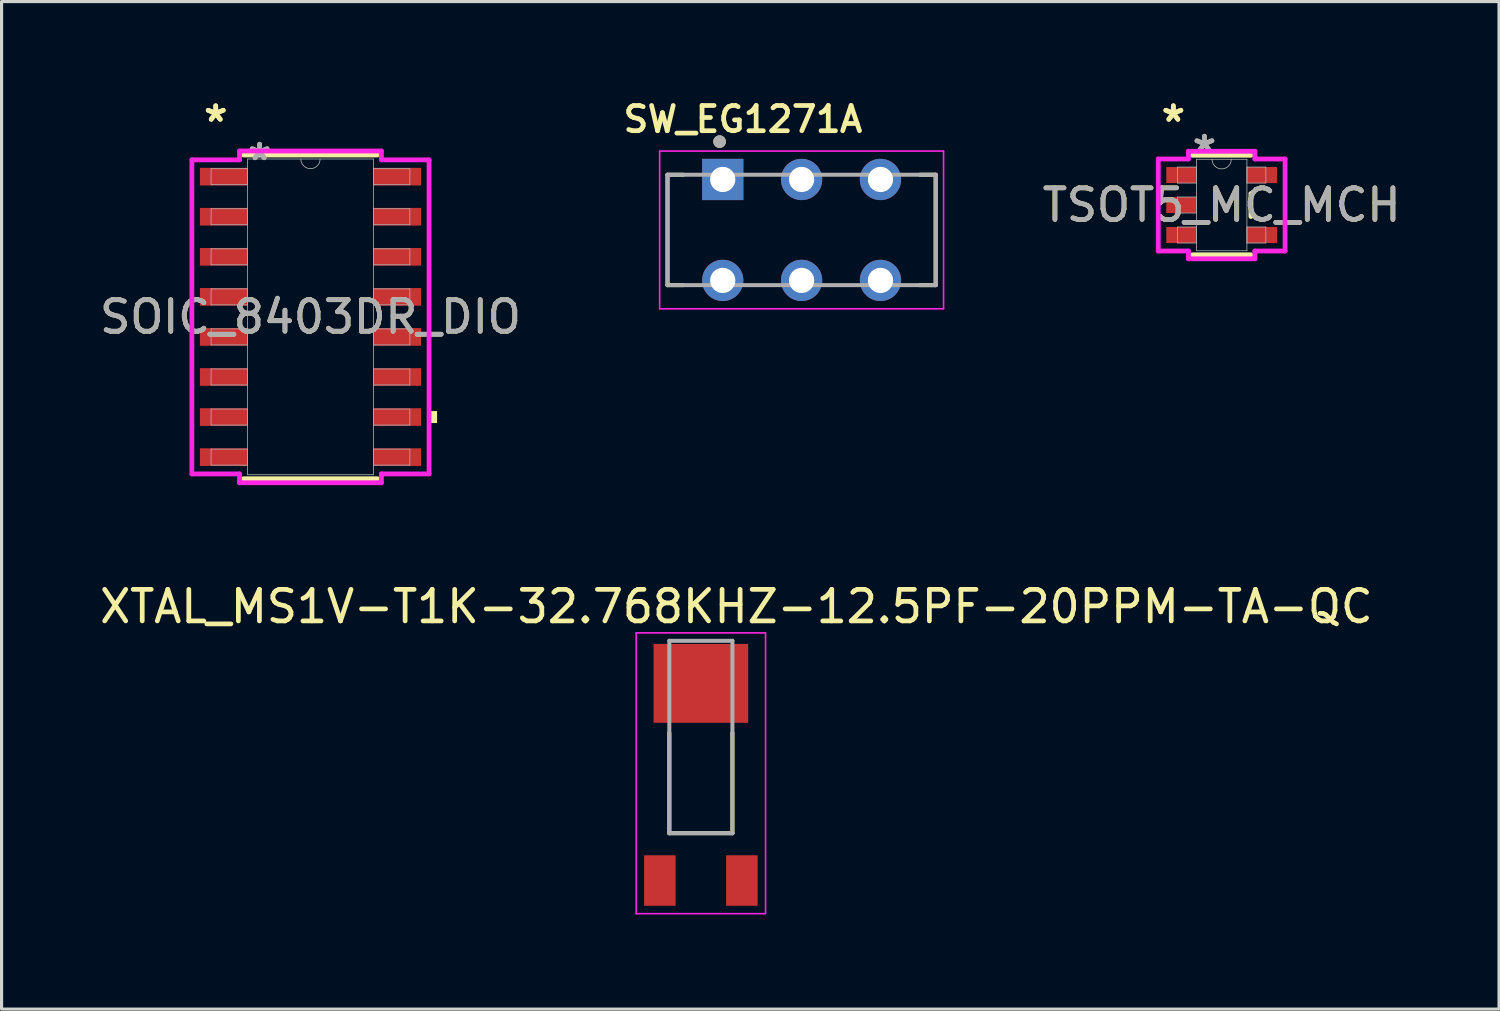
<source format=kicad_pcb>
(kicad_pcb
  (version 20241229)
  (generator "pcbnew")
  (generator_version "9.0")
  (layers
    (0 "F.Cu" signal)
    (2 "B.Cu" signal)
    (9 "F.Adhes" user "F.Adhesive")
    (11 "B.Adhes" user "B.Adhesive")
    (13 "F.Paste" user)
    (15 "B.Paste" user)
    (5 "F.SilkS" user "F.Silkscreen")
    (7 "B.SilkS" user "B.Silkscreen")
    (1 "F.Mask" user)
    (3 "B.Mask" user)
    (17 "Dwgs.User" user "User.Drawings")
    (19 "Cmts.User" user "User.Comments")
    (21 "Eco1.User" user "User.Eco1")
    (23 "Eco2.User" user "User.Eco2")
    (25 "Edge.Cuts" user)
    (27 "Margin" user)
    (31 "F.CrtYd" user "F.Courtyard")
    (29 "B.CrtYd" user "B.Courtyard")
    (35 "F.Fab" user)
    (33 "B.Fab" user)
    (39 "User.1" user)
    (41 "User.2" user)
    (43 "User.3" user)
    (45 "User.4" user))
  (footprint "SW_EG1271A"
    (layer "F.Cu")
    (at 22.36 4.239)
    (property "Reference" "SW_EG1271A" (at -1.86 -3.508 0) (layer "F.SilkS") (effects (font (size 0.8 0.8) (thickness 0.15))))
    (attr through_hole)
    (fp_line (start -4.25 -1.75) (end -4.25 1.75) (stroke (width 0.127) (type solid)) (layer "F.SilkS"))
    (fp_line (start -4.25 1.75) (end -3.75 1.75) (stroke (width 0.127) (type solid)) (layer "F.SilkS"))
    (fp_line (start -3.75 -1.75) (end -4.25 -1.75) (stroke (width 0.127) (type solid)) (layer "F.SilkS"))
    (fp_line (start 3.75 1.75) (end 4.25 1.75) (stroke (width 0.127) (type solid)) (layer "F.SilkS"))
    (fp_line (start 4.25 -1.75) (end 3.75 -1.75) (stroke (width 0.127) (type solid)) (layer "F.SilkS"))
    (fp_line (start 4.25 1.75) (end 4.25 -1.75) (stroke (width 0.127) (type solid)) (layer "F.SilkS"))
    (fp_circle (center -2.6 -2.8) (end -2.5 -2.8) (stroke (width 0.2) (type solid)) (fill no) (layer "F.SilkS"))
    (fp_line (start -4.5 -2.5) (end -4.5 2.5) (stroke (width 0.05) (type solid)) (layer "F.CrtYd"))
    (fp_line (start -4.5 2.5) (end 4.5 2.5) (stroke (width 0.05) (type solid)) (layer "F.CrtYd"))
    (fp_line (start 4.5 -2.5) (end -4.5 -2.5) (stroke (width 0.05) (type solid)) (layer "F.CrtYd"))
    (fp_line (start 4.5 2.5) (end 4.5 -2.5) (stroke (width 0.05) (type solid)) (layer "F.CrtYd"))
    (fp_line (start -4.25 -1.75) (end -4.25 1.75) (stroke (width 0.127) (type solid)) (layer "F.Fab"))
    (fp_line (start -4.25 1.75) (end 4.25 1.75) (stroke (width 0.127) (type solid)) (layer "F.Fab"))
    (fp_line (start 4.25 -1.75) (end -4.25 -1.75) (stroke (width 0.127) (type solid)) (layer "F.Fab"))
    (fp_line (start 4.25 1.75) (end 4.25 -1.75) (stroke (width 0.127) (type solid)) (layer "F.Fab"))
    (fp_circle (center -2.6 -2.8) (end -2.5 -2.8) (stroke (width 0.2) (type solid)) (fill no) (layer "F.Fab"))
    (pad "1" thru_hole rect (at -2.5 -1.6) (size 1.308 1.308) (drill 0.8) (layers "*.Cu" "*.Mask"))
    (pad "2" thru_hole circle (at 0 -1.6) (size 1.308 1.308) (drill 0.8) (layers "*.Cu" "*.Mask"))
    (pad "3" thru_hole circle (at 2.5 -1.6) (size 1.308 1.308) (drill 0.8) (layers "*.Cu" "*.Mask"))
    (pad "4" thru_hole circle (at -2.5 1.6) (size 1.308 1.308) (drill 0.8) (layers "*.Cu" "*.Mask"))
    (pad "5" thru_hole circle (at 0 1.6) (size 1.308 1.308) (drill 0.8) (layers "*.Cu" "*.Mask"))
    (pad "6" thru_hole circle (at 2.5 1.6) (size 1.308 1.308) (drill 0.8) (layers "*.Cu" "*.Mask")))
  (footprint "XTAL_MS1V-T1K-32.768KHZ-12.5PF-20PPM-TA-QC"
    (layer "F.Cu")
    (at 19.167 21.312)
    (property "Reference" "XTAL_MS1V-T1K-32.768KHZ-12.5PF-20PPM-TA-QC" (at 1.125 -5.135 0) (layer "F.SilkS") (effects (font (size 1 1) (thickness 0.15))))
    (attr smd)
    (fp_line (start -1 -1.13) (end -1 2.05) (stroke (width 0.127) (type solid)) (layer "F.SilkS"))
    (fp_line (start -1 2.05) (end 1 2.05) (stroke (width 0.127) (type solid)) (layer "F.SilkS"))
    (fp_line (start 1 2.05) (end 1 -1.13) (stroke (width 0.127) (type solid)) (layer "F.SilkS"))
    (fp_line (start -2.05 -4.3) (end -2.05 4.6) (stroke (width 0.05) (type solid)) (layer "F.CrtYd"))
    (fp_line (start -2.05 4.6) (end 2.05 4.6) (stroke (width 0.05) (type solid)) (layer "F.CrtYd"))
    (fp_line (start 2.05 -4.3) (end -2.05 -4.3) (stroke (width 0.05) (type solid)) (layer "F.CrtYd"))
    (fp_line (start 2.05 4.6) (end 2.05 -4.3) (stroke (width 0.05) (type solid)) (layer "F.CrtYd"))
    (fp_line (start -1 -4.05) (end -1 2.05) (stroke (width 0.127) (type solid)) (layer "F.Fab"))
    (fp_line (start -1 2.05) (end 1 2.05) (stroke (width 0.127) (type solid)) (layer "F.Fab"))
    (fp_line (start 1 -4.05) (end -1 -4.05) (stroke (width 0.127) (type solid)) (layer "F.Fab"))
    (fp_line (start 1 2.05) (end 1 -4.05) (stroke (width 0.127) (type solid)) (layer "F.Fab"))
    (pad "1" smd rect (at -1.3 3.55) (size 1 1.6) (layers "F.Cu" "F.Mask" "F.Paste"))
    (pad "2" smd rect (at 1.3 3.55) (size 1 1.6) (layers "F.Cu" "F.Mask" "F.Paste"))
    (pad "S1" smd rect (at 0 -2.7) (size 3 2.5) (layers "F.Cu" "F.Mask" "F.Paste")))
  (footprint "SOIC_8403DR_DIO"
    (layer "F.Cu")
    (at 6.792 6.995)
    (property "Reference" "SOIC_8403DR_DIO" (at 0 0 0) (unlocked yes) (layer "F.SilkS") (effects (font (size 1 1) (thickness 0.15))))
    (attr smd)
    (fp_line (start -2.121 5.131) (end 2.121 5.131) (stroke (width 0.152) (type solid)) (layer "F.SilkS"))
    (fp_line (start 2.121 -5.131) (end -2.121 -5.131) (stroke (width 0.152) (type solid)) (layer "F.SilkS"))
    (fp_poly (pts (xy 4.013 2.985) (xy 4.013 3.365) (xy 3.759 3.365) (xy 3.759 2.985)) (stroke (width 0) (type solid)) (fill yes) (layer "F.SilkS"))
    (fp_line (start -3.759 -4.978) (end -2.248 -4.978) (stroke (width 0.152) (type solid)) (layer "F.CrtYd"))
    (fp_line (start -3.759 4.978) (end -3.759 -4.978) (stroke (width 0.152) (type solid)) (layer "F.CrtYd"))
    (fp_line (start -3.759 4.978) (end -2.248 4.978) (stroke (width 0.152) (type solid)) (layer "F.CrtYd"))
    (fp_line (start -2.248 -5.258) (end 2.248 -5.258) (stroke (width 0.152) (type solid)) (layer "F.CrtYd"))
    (fp_line (start -2.248 -4.978) (end -2.248 -5.258) (stroke (width 0.152) (type solid)) (layer "F.CrtYd"))
    (fp_line (start -2.248 5.258) (end -2.248 4.978) (stroke (width 0.152) (type solid)) (layer "F.CrtYd"))
    (fp_line (start 2.248 -5.258) (end 2.248 -4.978) (stroke (width 0.152) (type solid)) (layer "F.CrtYd"))
    (fp_line (start 2.248 4.978) (end 2.248 5.258) (stroke (width 0.152) (type solid)) (layer "F.CrtYd"))
    (fp_line (start 2.248 5.258) (end -2.248 5.258) (stroke (width 0.152) (type solid)) (layer "F.CrtYd"))
    (fp_line (start 3.759 -4.978) (end 2.248 -4.978) (stroke (width 0.152) (type solid)) (layer "F.CrtYd"))
    (fp_line (start 3.759 -4.978) (end 3.759 4.978) (stroke (width 0.152) (type solid)) (layer "F.CrtYd"))
    (fp_line (start 3.759 4.978) (end 2.248 4.978) (stroke (width 0.152) (type solid)) (layer "F.CrtYd"))
    (fp_line (start -3.15 -4.699) (end -3.15 -4.191) (stroke (width 0.025) (type solid)) (layer "F.Fab"))
    (fp_line (start -3.15 -4.191) (end -1.994 -4.191) (stroke (width 0.025) (type solid)) (layer "F.Fab"))
    (fp_line (start -3.15 -3.429) (end -3.15 -2.921) (stroke (width 0.025) (type solid)) (layer "F.Fab"))
    (fp_line (start -3.15 -2.921) (end -1.994 -2.921) (stroke (width 0.025) (type solid)) (layer "F.Fab"))
    (fp_line (start -3.15 -2.159) (end -3.15 -1.651) (stroke (width 0.025) (type solid)) (layer "F.Fab"))
    (fp_line (start -3.15 -1.651) (end -1.994 -1.651) (stroke (width 0.025) (type solid)) (layer "F.Fab"))
    (fp_line (start -3.15 -0.889) (end -3.15 -0.381) (stroke (width 0.025) (type solid)) (layer "F.Fab"))
    (fp_line (start -3.15 -0.381) (end -1.994 -0.381) (stroke (width 0.025) (type solid)) (layer "F.Fab"))
    (fp_line (start -3.15 0.381) (end -3.15 0.889) (stroke (width 0.025) (type solid)) (layer "F.Fab"))
    (fp_line (start -3.15 0.889) (end -1.994 0.889) (stroke (width 0.025) (type solid)) (layer "F.Fab"))
    (fp_line (start -3.15 1.651) (end -3.15 2.159) (stroke (width 0.025) (type solid)) (layer "F.Fab"))
    (fp_line (start -3.15 2.159) (end -1.994 2.159) (stroke (width 0.025) (type solid)) (layer "F.Fab"))
    (fp_line (start -3.15 2.921) (end -3.15 3.429) (stroke (width 0.025) (type solid)) (layer "F.Fab"))
    (fp_line (start -3.15 3.429) (end -1.994 3.429) (stroke (width 0.025) (type solid)) (layer "F.Fab"))
    (fp_line (start -3.15 4.191) (end -3.15 4.699) (stroke (width 0.025) (type solid)) (layer "F.Fab"))
    (fp_line (start -3.15 4.699) (end -1.994 4.699) (stroke (width 0.025) (type solid)) (layer "F.Fab"))
    (fp_line (start -1.994 -5.004) (end -1.994 5.004) (stroke (width 0.025) (type solid)) (layer "F.Fab"))
    (fp_line (start -1.994 -4.699) (end -3.15 -4.699) (stroke (width 0.025) (type solid)) (layer "F.Fab"))
    (fp_line (start -1.994 -4.191) (end -1.994 -4.699) (stroke (width 0.025) (type solid)) (layer "F.Fab"))
    (fp_line (start -1.994 -3.429) (end -3.15 -3.429) (stroke (width 0.025) (type solid)) (layer "F.Fab"))
    (fp_line (start -1.994 -2.921) (end -1.994 -3.429) (stroke (width 0.025) (type solid)) (layer "F.Fab"))
    (fp_line (start -1.994 -2.159) (end -3.15 -2.159) (stroke (width 0.025) (type solid)) (layer "F.Fab"))
    (fp_line (start -1.994 -1.651) (end -1.994 -2.159) (stroke (width 0.025) (type solid)) (layer "F.Fab"))
    (fp_line (start -1.994 -0.889) (end -3.15 -0.889) (stroke (width 0.025) (type solid)) (layer "F.Fab"))
    (fp_line (start -1.994 -0.381) (end -1.994 -0.889) (stroke (width 0.025) (type solid)) (layer "F.Fab"))
    (fp_line (start -1.994 0.381) (end -3.15 0.381) (stroke (width 0.025) (type solid)) (layer "F.Fab"))
    (fp_line (start -1.994 0.889) (end -1.994 0.381) (stroke (width 0.025) (type solid)) (layer "F.Fab"))
    (fp_line (start -1.994 1.651) (end -3.15 1.651) (stroke (width 0.025) (type solid)) (layer "F.Fab"))
    (fp_line (start -1.994 2.159) (end -1.994 1.651) (stroke (width 0.025) (type solid)) (layer "F.Fab"))
    (fp_line (start -1.994 2.921) (end -3.15 2.921) (stroke (width 0.025) (type solid)) (layer "F.Fab"))
    (fp_line (start -1.994 3.429) (end -1.994 2.921) (stroke (width 0.025) (type solid)) (layer "F.Fab"))
    (fp_line (start -1.994 4.191) (end -3.15 4.191) (stroke (width 0.025) (type solid)) (layer "F.Fab"))
    (fp_line (start -1.994 4.699) (end -1.994 4.191) (stroke (width 0.025) (type solid)) (layer "F.Fab"))
    (fp_line (start -1.994 5.004) (end 1.994 5.004) (stroke (width 0.025) (type solid)) (layer "F.Fab"))
    (fp_line (start 1.994 -5.004) (end -1.994 -5.004) (stroke (width 0.025) (type solid)) (layer "F.Fab"))
    (fp_line (start 1.994 -4.699) (end 1.994 -4.191) (stroke (width 0.025) (type solid)) (layer "F.Fab"))
    (fp_line (start 1.994 -4.191) (end 3.15 -4.191) (stroke (width 0.025) (type solid)) (layer "F.Fab"))
    (fp_line (start 1.994 -3.429) (end 1.994 -2.921) (stroke (width 0.025) (type solid)) (layer "F.Fab"))
    (fp_line (start 1.994 -2.921) (end 3.15 -2.921) (stroke (width 0.025) (type solid)) (layer "F.Fab"))
    (fp_line (start 1.994 -2.159) (end 1.994 -1.651) (stroke (width 0.025) (type solid)) (layer "F.Fab"))
    (fp_line (start 1.994 -1.651) (end 3.15 -1.651) (stroke (width 0.025) (type solid)) (layer "F.Fab"))
    (fp_line (start 1.994 -0.889) (end 1.994 -0.381) (stroke (width 0.025) (type solid)) (layer "F.Fab"))
    (fp_line (start 1.994 -0.381) (end 3.15 -0.381) (stroke (width 0.025) (type solid)) (layer "F.Fab"))
    (fp_line (start 1.994 0.381) (end 1.994 0.889) (stroke (width 0.025) (type solid)) (layer "F.Fab"))
    (fp_line (start 1.994 0.889) (end 3.15 0.889) (stroke (width 0.025) (type solid)) (layer "F.Fab"))
    (fp_line (start 1.994 1.651) (end 1.994 2.159) (stroke (width 0.025) (type solid)) (layer "F.Fab"))
    (fp_line (start 1.994 2.159) (end 3.15 2.159) (stroke (width 0.025) (type solid)) (layer "F.Fab"))
    (fp_line (start 1.994 2.921) (end 1.994 3.429) (stroke (width 0.025) (type solid)) (layer "F.Fab"))
    (fp_line (start 1.994 3.429) (end 3.15 3.429) (stroke (width 0.025) (type solid)) (layer "F.Fab"))
    (fp_line (start 1.994 4.191) (end 1.994 4.699) (stroke (width 0.025) (type solid)) (layer "F.Fab"))
    (fp_line (start 1.994 4.699) (end 3.15 4.699) (stroke (width 0.025) (type solid)) (layer "F.Fab"))
    (fp_line (start 1.994 5.004) (end 1.994 -5.004) (stroke (width 0.025) (type solid)) (layer "F.Fab"))
    (fp_line (start 3.15 -4.699) (end 1.994 -4.699) (stroke (width 0.025) (type solid)) (layer "F.Fab"))
    (fp_line (start 3.15 -4.191) (end 3.15 -4.699) (stroke (width 0.025) (type solid)) (layer "F.Fab"))
    (fp_line (start 3.15 -3.429) (end 1.994 -3.429) (stroke (width 0.025) (type solid)) (layer "F.Fab"))
    (fp_line (start 3.15 -2.921) (end 3.15 -3.429) (stroke (width 0.025) (type solid)) (layer "F.Fab"))
    (fp_line (start 3.15 -2.159) (end 1.994 -2.159) (stroke (width 0.025) (type solid)) (layer "F.Fab"))
    (fp_line (start 3.15 -1.651) (end 3.15 -2.159) (stroke (width 0.025) (type solid)) (layer "F.Fab"))
    (fp_line (start 3.15 -0.889) (end 1.994 -0.889) (stroke (width 0.025) (type solid)) (layer "F.Fab"))
    (fp_line (start 3.15 -0.381) (end 3.15 -0.889) (stroke (width 0.025) (type solid)) (layer "F.Fab"))
    (fp_line (start 3.15 0.381) (end 1.994 0.381) (stroke (width 0.025) (type solid)) (layer "F.Fab"))
    (fp_line (start 3.15 0.889) (end 3.15 0.381) (stroke (width 0.025) (type solid)) (layer "F.Fab"))
    (fp_line (start 3.15 1.651) (end 1.994 1.651) (stroke (width 0.025) (type solid)) (layer "F.Fab"))
    (fp_line (start 3.15 2.159) (end 3.15 1.651) (stroke (width 0.025) (type solid)) (layer "F.Fab"))
    (fp_line (start 3.15 2.921) (end 1.994 2.921) (stroke (width 0.025) (type solid)) (layer "F.Fab"))
    (fp_line (start 3.15 3.429) (end 3.15 2.921) (stroke (width 0.025) (type solid)) (layer "F.Fab"))
    (fp_line (start 3.15 4.191) (end 1.994 4.191) (stroke (width 0.025) (type solid)) (layer "F.Fab"))
    (fp_line (start 3.15 4.699) (end 3.15 4.191) (stroke (width 0.025) (type solid)) (layer "F.Fab"))
    (fp_arc (start 0.3048 -5.0038) (mid 0 -4.699) (end -0.3048 -5.0038) (stroke (width 0.0254) (type solid)) (layer "F.Fab"))
    (fp_text user "*" (at -3.004 -6.147 0) (unlocked yes) (layer "F.SilkS") (effects (font (size 1 1) (thickness 0.15))))
    (fp_text user "*" (at -3.004 -6.147 0) (layer "F.SilkS") (effects (font (size 1 1) (thickness 0.15))))
    (fp_text user "*" (at -1.613 -4.928 0) (unlocked yes) (layer "F.Fab") (effects (font (size 1 1) (thickness 0.15))))
    (fp_text user "*" (at -1.613 -4.928 0) (layer "F.Fab") (effects (font (size 1 1) (thickness 0.15))))
    (fp_text user "${REFERENCE}" (at 0 0 0) (unlocked yes) (layer "F.Fab") (effects (font (size 1 1) (thickness 0.15))))
    (pad "1" smd rect (at -2.75 -4.445) (size 1.511 0.559) (layers "F.Cu" "F.Mask" "F.Paste"))
    (pad "2" smd rect (at -2.75 -3.175) (size 1.511 0.559) (layers "F.Cu" "F.Mask" "F.Paste"))
    (pad "3" smd rect (at -2.75 -1.905) (size 1.511 0.559) (layers "F.Cu" "F.Mask" "F.Paste"))
    (pad "4" smd rect (at -2.75 -0.635) (size 1.511 0.559) (layers "F.Cu" "F.Mask" "F.Paste"))
    (pad "5" smd rect (at -2.75 0.635) (size 1.511 0.559) (layers "F.Cu" "F.Mask" "F.Paste"))
    (pad "6" smd rect (at -2.75 1.905) (size 1.511 0.559) (layers "F.Cu" "F.Mask" "F.Paste"))
    (pad "7" smd rect (at -2.75 3.175) (size 1.511 0.559) (layers "F.Cu" "F.Mask" "F.Paste"))
    (pad "8" smd rect (at -2.75 4.445) (size 1.511 0.559) (layers "F.Cu" "F.Mask" "F.Paste"))
    (pad "9" smd rect (at 2.75 4.445) (size 1.511 0.559) (layers "F.Cu" "F.Mask" "F.Paste"))
    (pad "10" smd rect (at 2.75 3.175) (size 1.511 0.559) (layers "F.Cu" "F.Mask" "F.Paste"))
    (pad "11" smd rect (at 2.75 1.905) (size 1.511 0.559) (layers "F.Cu" "F.Mask" "F.Paste"))
    (pad "12" smd rect (at 2.75 0.635) (size 1.511 0.559) (layers "F.Cu" "F.Mask" "F.Paste"))
    (pad "13" smd rect (at 2.75 -0.635) (size 1.511 0.559) (layers "F.Cu" "F.Mask" "F.Paste"))
    (pad "14" smd rect (at 2.75 -1.905) (size 1.511 0.559) (layers "F.Cu" "F.Mask" "F.Paste"))
    (pad "15" smd rect (at 2.75 -3.175) (size 1.511 0.559) (layers "F.Cu" "F.Mask" "F.Paste"))
    (pad "16" smd rect (at 2.75 -4.445) (size 1.511 0.559) (layers "F.Cu" "F.Mask" "F.Paste")))
  (footprint "TSOT5_MC_MCH"
    (layer "F.Cu")
    (at 35.676 3.449)
    (property "Reference" "TSOT5_MC_MCH" (at 0 0 0) (unlocked yes) (layer "F.SilkS") (effects (font (size 1 1) (thickness 0.15))))
    (attr smd)
    (fp_line (start -0.927 1.577) (end 0.927 1.577) (stroke (width 0.152) (type solid)) (layer "F.SilkS"))
    (fp_line (start 0.927 -1.577) (end -0.927 -1.577) (stroke (width 0.152) (type solid)) (layer "F.SilkS"))
    (fp_line (start 0.927 0.363) (end 0.927 -0.363) (stroke (width 0.152) (type solid)) (layer "F.SilkS"))
    (fp_line (start -2.01 -1.458) (end -1.054 -1.458) (stroke (width 0.152) (type solid)) (layer "F.CrtYd"))
    (fp_line (start -2.01 1.458) (end -2.01 -1.458) (stroke (width 0.152) (type solid)) (layer "F.CrtYd"))
    (fp_line (start -1.054 -1.704) (end 1.054 -1.704) (stroke (width 0.152) (type solid)) (layer "F.CrtYd"))
    (fp_line (start -1.054 -1.458) (end -1.054 -1.704) (stroke (width 0.152) (type solid)) (layer "F.CrtYd"))
    (fp_line (start -1.054 1.458) (end -2.01 1.458) (stroke (width 0.152) (type solid)) (layer "F.CrtYd"))
    (fp_line (start -1.054 1.704) (end -1.054 1.458) (stroke (width 0.152) (type solid)) (layer "F.CrtYd"))
    (fp_line (start 1.054 -1.704) (end 1.054 -1.458) (stroke (width 0.152) (type solid)) (layer "F.CrtYd"))
    (fp_line (start 1.054 -1.458) (end 2.01 -1.458) (stroke (width 0.152) (type solid)) (layer "F.CrtYd"))
    (fp_line (start 1.054 1.458) (end 1.054 1.704) (stroke (width 0.152) (type solid)) (layer "F.CrtYd"))
    (fp_line (start 1.054 1.704) (end -1.054 1.704) (stroke (width 0.152) (type solid)) (layer "F.CrtYd"))
    (fp_line (start 2.01 -1.458) (end 2.01 1.458) (stroke (width 0.152) (type solid)) (layer "F.CrtYd"))
    (fp_line (start 2.01 1.458) (end 1.054 1.458) (stroke (width 0.152) (type solid)) (layer "F.CrtYd"))
    (fp_line (start -1.4 -1.204) (end -1.4 -0.696) (stroke (width 0.025) (type solid)) (layer "F.Fab"))
    (fp_line (start -1.4 -0.696) (end -0.8 -0.696) (stroke (width 0.025) (type solid)) (layer "F.Fab"))
    (fp_line (start -1.4 -0.254) (end -1.4 0.254) (stroke (width 0.025) (type solid)) (layer "F.Fab"))
    (fp_line (start -1.4 0.254) (end -0.8 0.254) (stroke (width 0.025) (type solid)) (layer "F.Fab"))
    (fp_line (start -1.4 0.696) (end -1.4 1.204) (stroke (width 0.025) (type solid)) (layer "F.Fab"))
    (fp_line (start -1.4 1.204) (end -0.8 1.204) (stroke (width 0.025) (type solid)) (layer "F.Fab"))
    (fp_line (start -0.8 -1.45) (end -0.8 1.45) (stroke (width 0.025) (type solid)) (layer "F.Fab"))
    (fp_line (start -0.8 -1.204) (end -1.4 -1.204) (stroke (width 0.025) (type solid)) (layer "F.Fab"))
    (fp_line (start -0.8 -0.696) (end -0.8 -1.204) (stroke (width 0.025) (type solid)) (layer "F.Fab"))
    (fp_line (start -0.8 -0.254) (end -1.4 -0.254) (stroke (width 0.025) (type solid)) (layer "F.Fab"))
    (fp_line (start -0.8 0.254) (end -0.8 -0.254) (stroke (width 0.025) (type solid)) (layer "F.Fab"))
    (fp_line (start -0.8 0.696) (end -1.4 0.696) (stroke (width 0.025) (type solid)) (layer "F.Fab"))
    (fp_line (start -0.8 1.204) (end -0.8 0.696) (stroke (width 0.025) (type solid)) (layer "F.Fab"))
    (fp_line (start -0.8 1.45) (end 0.8 1.45) (stroke (width 0.025) (type solid)) (layer "F.Fab"))
    (fp_line (start 0.8 -1.45) (end -0.8 -1.45) (stroke (width 0.025) (type solid)) (layer "F.Fab"))
    (fp_line (start 0.8 -1.204) (end 0.8 -0.696) (stroke (width 0.025) (type solid)) (layer "F.Fab"))
    (fp_line (start 0.8 -0.696) (end 1.4 -0.696) (stroke (width 0.025) (type solid)) (layer "F.Fab"))
    (fp_line (start 0.8 0.696) (end 0.8 1.204) (stroke (width 0.025) (type solid)) (layer "F.Fab"))
    (fp_line (start 0.8 1.204) (end 1.4 1.204) (stroke (width 0.025) (type solid)) (layer "F.Fab"))
    (fp_line (start 0.8 1.45) (end 0.8 -1.45) (stroke (width 0.025) (type solid)) (layer "F.Fab"))
    (fp_line (start 1.4 -1.204) (end 0.8 -1.204) (stroke (width 0.025) (type solid)) (layer "F.Fab"))
    (fp_line (start 1.4 -0.696) (end 1.4 -1.204) (stroke (width 0.025) (type solid)) (layer "F.Fab"))
    (fp_line (start 1.4 0.696) (end 0.8 0.696) (stroke (width 0.025) (type solid)) (layer "F.Fab"))
    (fp_line (start 1.4 1.204) (end 1.4 0.696) (stroke (width 0.025) (type solid)) (layer "F.Fab"))
    (fp_arc (start 0.3048 -1.45) (mid 0 -1.1452) (end -0.3048 -1.45) (stroke (width 0.0254) (type solid)) (layer "F.Fab"))
    (fp_text user "*" (at -1.532 -2.601 0) (unlocked yes) (layer "F.SilkS") (effects (font (size 1 1) (thickness 0.15))))
    (fp_text user "*" (at -1.532 -2.601 0) (layer "F.SilkS") (effects (font (size 1 1) (thickness 0.15))))
    (fp_text user "*" (at -0.546 -1.636 0) (layer "F.Fab") (effects (font (size 1 1) (thickness 0.15))))
    (fp_text user "${REFERENCE}" (at 0 0 0) (unlocked yes) (layer "F.Fab") (effects (font (size 1 1) (thickness 0.15))))
    (fp_text user "*" (at -0.546 -1.636 0) (unlocked yes) (layer "F.Fab") (effects (font (size 1 1) (thickness 0.15))))
    (pad "1" smd rect (at -1.278 -0.95) (size 0.956 0.508) (layers "F.Cu" "F.Mask" "F.Paste"))
    (pad "2" smd rect (at -1.278 0) (size 0.956 0.508) (layers "F.Cu" "F.Mask" "F.Paste"))
    (pad "3" smd rect (at -1.278 0.95) (size 0.956 0.508) (layers "F.Cu" "F.Mask" "F.Paste"))
    (pad "4" smd rect (at 1.278 0.95) (size 0.956 0.508) (layers "F.Cu" "F.Mask" "F.Paste"))
    (pad "5" smd rect (at 1.278 -0.95) (size 0.956 0.508) (layers "F.Cu" "F.Mask" "F.Paste")))
  (gr_rect
    (start -3 -3)
    (end 44.468 28.937)
    (stroke (width 0.1) (type default))
    (fill no)
    (layer "Edge.Cuts")))
</source>
